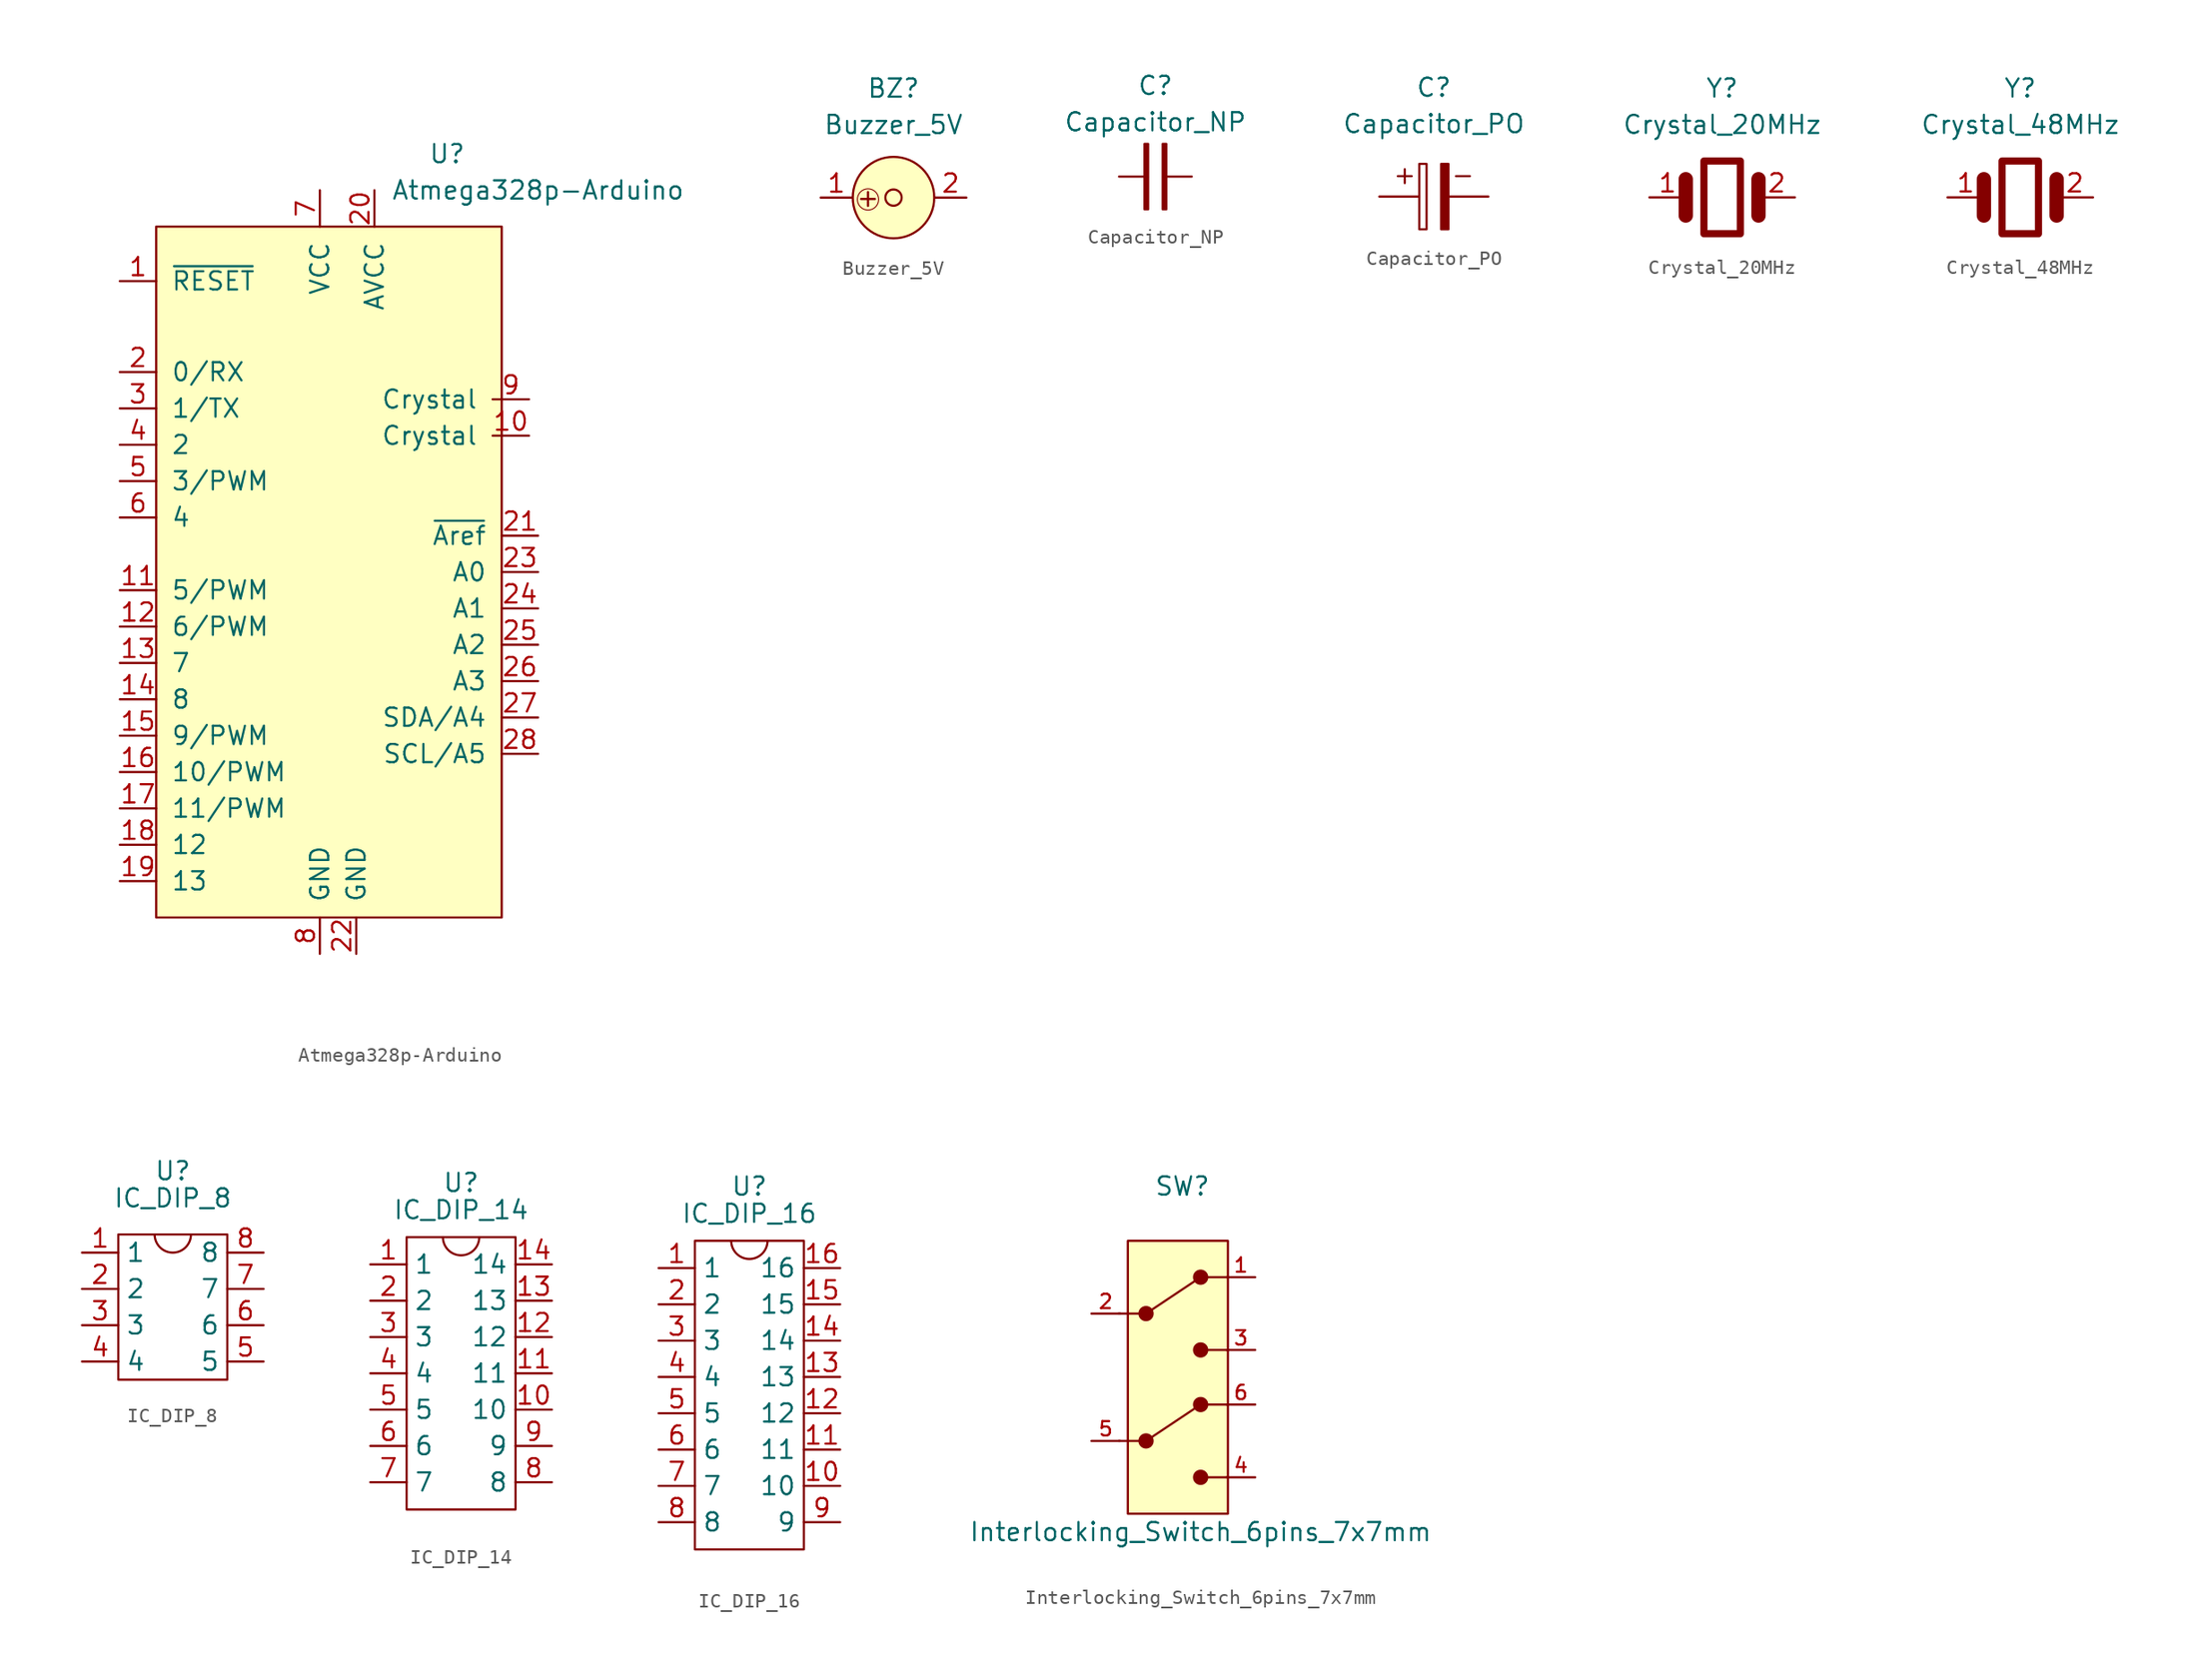
<source format=kicad_sym>
(kicad_symbol_lib
  (version 20211014)
  (generator kicad_symbol_editor)
  (symbol "Atmega328p-Arduino"
    (pin_names
      (offset 1.016))
    (property "Reference" "U"
      (at 7.62 30.48 0)
      (effects (font (size 1.27 1.27))))
    (property "Value" "Atmega328p-Arduino"
      (at 13.97 27.94 0)
      (effects (font (size 1.27 1.27))))
    (symbol "Atmega328p-Arduino_0_1"
      (rectangle (start -12.7 25.4) (end 11.43 -22.86) (stroke (width 0) (type default) (color 0 0 0 0)) (fill (type background))))
    (symbol "Atmega328p-Arduino_1_1"
      (pin bidirectional line (at -15.24 21.59 0) (length 2.54) (name "~{RESET}" (effects (font (size 1.27 1.27)))) (number "1" (effects (font (size 1.27 1.27)))))
      (pin bidirectional line (at 13.335 10.795 180) (length 2.54) (name "Crystal" (effects (font (size 1.27 1.27)))) (number "10" (effects (font (size 1.27 1.27)))))
      (pin bidirectional line (at -15.24 0 0) (length 2.54) (name "5/PWM" (effects (font (size 1.27 1.27)))) (number "11" (effects (font (size 1.27 1.27)))))
      (pin bidirectional line (at -15.24 -2.54 0) (length 2.54) (name "6/PWM" (effects (font (size 1.27 1.27)))) (number "12" (effects (font (size 1.27 1.27)))))
      (pin bidirectional line (at -15.24 -5.08 0) (length 2.54) (name "7" (effects (font (size 1.27 1.27)))) (number "13" (effects (font (size 1.27 1.27)))))
      (pin bidirectional line (at -15.24 -7.62 0) (length 2.54) (name "8" (effects (font (size 1.27 1.27)))) (number "14" (effects (font (size 1.27 1.27)))))
      (pin bidirectional line (at -15.24 -10.16 0) (length 2.54) (name "9/PWM" (effects (font (size 1.27 1.27)))) (number "15" (effects (font (size 1.27 1.27)))))
      (pin bidirectional line (at -15.24 -12.7 0) (length 2.54) (name "10/PWM" (effects (font (size 1.27 1.27)))) (number "16" (effects (font (size 1.27 1.27)))))
      (pin bidirectional line (at -15.24 -15.24 0) (length 2.54) (name "11/PWM" (effects (font (size 1.27 1.27)))) (number "17" (effects (font (size 1.27 1.27)))))
      (pin bidirectional line (at -15.24 -17.78 0) (length 2.54) (name "12" (effects (font (size 1.27 1.27)))) (number "18" (effects (font (size 1.27 1.27)))))
      (pin bidirectional line (at -15.24 -20.32 0) (length 2.54) (name "13" (effects (font (size 1.27 1.27)))) (number "19" (effects (font (size 1.27 1.27)))))
      (pin bidirectional line (at -15.24 15.24 0) (length 2.54) (name "0/RX" (effects (font (size 1.27 1.27)))) (number "2" (effects (font (size 1.27 1.27)))))
      (pin power_in line (at 2.54 27.94 270) (length 2.54) (name "AVCC" (effects (font (size 1.27 1.27)))) (number "20" (effects (font (size 1.27 1.27)))))
      (pin bidirectional line (at 13.97 3.81 180) (length 2.54) (name "~{Aref}" (effects (font (size 1.27 1.27)))) (number "21" (effects (font (size 1.27 1.27)))))
      (pin power_in line (at 1.27 -25.4 90) (length 2.54) (name "GND" (effects (font (size 1.27 1.27)))) (number "22" (effects (font (size 1.27 1.27)))))
      (pin bidirectional line (at 13.97 1.27 180) (length 2.54) (name "A0" (effects (font (size 1.27 1.27)))) (number "23" (effects (font (size 1.27 1.27)))))
      (pin bidirectional line (at 13.97 -1.27 180) (length 2.54) (name "A1" (effects (font (size 1.27 1.27)))) (number "24" (effects (font (size 1.27 1.27)))))
      (pin bidirectional line (at 13.97 -3.81 180) (length 2.54) (name "A2" (effects (font (size 1.27 1.27)))) (number "25" (effects (font (size 1.27 1.27)))))
      (pin bidirectional line (at 13.97 -6.35 180) (length 2.54) (name "A3" (effects (font (size 1.27 1.27)))) (number "26" (effects (font (size 1.27 1.27)))))
      (pin bidirectional line (at 13.97 -8.89 180) (length 2.54) (name "SDA/A4" (effects (font (size 1.27 1.27)))) (number "27" (effects (font (size 1.27 1.27)))))
      (pin bidirectional line (at 13.97 -11.43 180) (length 2.54) (name "SCL/A5" (effects (font (size 1.27 1.27)))) (number "28" (effects (font (size 1.27 1.27)))))
      (pin bidirectional line (at -15.24 12.7 0) (length 2.54) (name "1/TX" (effects (font (size 1.27 1.27)))) (number "3" (effects (font (size 1.27 1.27)))))
      (pin bidirectional line (at -15.24 10.16 0) (length 2.54) (name "2" (effects (font (size 1.27 1.27)))) (number "4" (effects (font (size 1.27 1.27)))))
      (pin bidirectional line (at -15.24 7.62 0) (length 2.54) (name "3/PWM" (effects (font (size 1.27 1.27)))) (number "5" (effects (font (size 1.27 1.27)))))
      (pin bidirectional line (at -15.24 5.08 0) (length 2.54) (name "4" (effects (font (size 1.27 1.27)))) (number "6" (effects (font (size 1.27 1.27)))))
      (pin power_in line (at -1.27 27.94 270) (length 2.54) (name "VCC" (effects (font (size 1.27 1.27)))) (number "7" (effects (font (size 1.27 1.27)))))
      (pin power_in line (at -1.27 -25.4 90) (length 2.54) (name "GND" (effects (font (size 1.27 1.27)))) (number "8" (effects (font (size 1.27 1.27)))))
      (pin bidirectional line (at 13.335 13.335 180) (length 2.54) (name "Crystal" (effects (font (size 1.27 1.27)))) (number "9" (effects (font (size 1.27 1.27)))))))
  (symbol "Buzzer_5V"
    (property "Reference" "BZ"
      (at 0 7.62 0)
      (effects (font (size 1.27 1.27))))
    (property "Value" "Buzzer_5V"
      (at 0 5.08 0)
      (effects (font (size 1.27 1.27))))
    (symbol "Buzzer_5V_0_0"
      (circle (center -1.778 -0.127) (radius 0.741) (stroke (width 0.07) (type default) (color 0 0 0 0)) (fill (type none)))
      (text "+" (at -1.778 0 0) (effects (font (size 1.27 1.27)))))
    (symbol "Buzzer_5V_0_1"
      (circle (center 0 0) (radius 0.568) (stroke (width 0) (type default) (color 0 0 0 0)) (fill (type none)))
      (circle (center 0 0) (radius 2.84) (stroke (width 0) (type default) (color 0 0 0 0)) (fill (type background))))
    (symbol "Buzzer_5V_1_1"
      (pin passive line (at -5.08 0 0) (length 2.2) (name "" (effects (font (size 1.27 1.27)))) (number "1" (effects (font (size 1.27 1.27)))))
      (pin passive line (at 5.08 0 180) (length 2.2) (name "" (effects (font (size 1.27 1.27)))) (number "2" (effects (font (size 1.27 1.27)))))))
  (symbol "Capacitor_NP"
    (property "Reference" "C"
      (at 0 6.35 0)
      (effects (font (size 1.27 1.27))))
    (property "Value" "Capacitor_NP"
      (at 0 3.81 0)
      (effects (font (size 1.27 1.27))))
    (symbol "Capacitor_NP_0_1"
      (rectangle (start -0.762 2.286) (end -0.508 -2.286) (stroke (width 0) (type default) (color 0 0 0 0)) (fill (type outline)))
      (rectangle (start 0.508 2.286) (end 0.762 -2.286) (stroke (width 0) (type default) (color 0 0 0 0)) (fill (type outline))))
    (symbol "Capacitor_NP_1_1"
      (pin passive line (at -2.54 0 0) (length 2) (name "~" (effects (font (size 0 0)))) (number "1" (effects (font (size 0 0)))))
      (pin input line (at 2.54 0 180) (length 2) (name "~" (effects (font (size 0 0)))) (number "2" (effects (font (size 0 0)))))))
  (symbol "Capacitor_PO"
    (property "Reference" "C"
      (at 0 7.62 0)
      (effects (font (size 1.27 1.27))))
    (property "Value" "Capacitor_PO"
      (at 0 5.08 0)
      (effects (font (size 1.27 1.27))))
    (symbol "Capacitor_PO_0_0"
      (text "+" (at -2.032 1.524 0) (effects (font (size 1.27 1.27))))
      (text "-" (at 2.032 1.524 0) (effects (font (size 1.27 1.27)))))
    (symbol "Capacitor_PO_0_1"
      (rectangle (start -1.016 -2.286) (end -0.508 2.286) (stroke (width 0) (type default) (color 0 0 0 0)) (fill (type none)))
      (rectangle (start 0.508 -2.286) (end 1.016 2.286) (stroke (width 0) (type default) (color 0 0 0 0)) (fill (type outline))))
    (symbol "Capacitor_PO_1_1"
      (pin passive line (at -3.81 0 0) (length 2.7) (name "~" (effects (font (size 0 0)))) (number "1" (effects (font (size 0 0)))))
      (pin input line (at 3.81 0 180) (length 2.7) (name "~" (effects (font (size 0 0)))) (number "2" (effects (font (size 0 0)))))))
  (symbol "Crystal_20MHz"
    (property "Reference" "Y"
      (at 0 7.62 0)
      (effects (font (size 1.27 1.27))))
    (property "Value" "Crystal_20MHz"
      (at 0 5.08 0)
      (effects (font (size 1.27 1.27))))
    (symbol "Crystal_20MHz_0_1"
      (rectangle (start -1.27 2.54) (end 1.27 -2.54) (stroke (width 0.5) (type default) (color 0 0 0 0)) (fill (type none)))
      (polyline (pts (xy -2.54 1.27) (xy -2.54 -1.27)) (stroke (width 1) (type default) (color 0 0 0 0)) (fill (type none)))
      (polyline (pts (xy 2.54 1.27) (xy 2.54 -1.27)) (stroke (width 1) (type default) (color 0 0 0 0)) (fill (type none))))
    (symbol "Crystal_20MHz_1_1"
      (pin passive line (at -5.08 0 0) (length 2.54) (name "" (effects (font (size 1.27 1.27)))) (number "1" (effects (font (size 1.27 1.27)))))
      (pin passive line (at 5.08 0 180) (length 2.54) (name "" (effects (font (size 1.27 1.27)))) (number "2" (effects (font (size 1.27 1.27)))))))
  (symbol "Crystal_48MHz"
    (property "Reference" "Y"
      (at 0 7.62 0)
      (effects (font (size 1.27 1.27))))
    (property "Value" "Crystal_48MHz"
      (at 0 5.08 0)
      (effects (font (size 1.27 1.27))))
    (symbol "Crystal_48MHz_0_1"
      (rectangle (start -1.27 2.54) (end 1.27 -2.54) (stroke (width 0.5) (type default) (color 0 0 0 0)) (fill (type none)))
      (polyline (pts (xy -2.54 1.27) (xy -2.54 -1.27)) (stroke (width 1) (type default) (color 0 0 0 0)) (fill (type none)))
      (polyline (pts (xy 2.54 1.27) (xy 2.54 -1.27)) (stroke (width 1) (type default) (color 0 0 0 0)) (fill (type none))))
    (symbol "Crystal_48MHz_1_1"
      (pin passive line (at -5.08 0 0) (length 2.54) (name "" (effects (font (size 1.27 1.27)))) (number "1" (effects (font (size 1.27 1.27)))))
      (pin passive line (at 5.08 0 180) (length 2.54) (name "" (effects (font (size 1.27 1.27)))) (number "2" (effects (font (size 1.27 1.27)))))))
  (symbol "IC_DIP_8"
    (property "Reference" "U"
      (at 0 9.525 0)
      (effects (font (size 1.27 1.27))))
    (property "Value" "IC_DIP_8"
      (at 0 7.62 0)
      (effects (font (size 1.27 1.27))))
    (symbol "IC_DIP_8_0_1"
      (rectangle (start -3.81 5.08) (end 3.81 -5.08) (stroke (width 0) (type default) (color 0 0 0 0)) (fill (type none)))
      (arc (start -1.27 5.0641) (mid 0 3.8099) (end 1.27 5.0641) (stroke (width 0) (type default) (color 0 0 0 0)) (fill (type none))))
    (symbol "IC_DIP_8_1_1"
      (pin bidirectional line (at -6.35 3.81 0) (length 2.54) (name "1" (effects (font (size 1.27 1.27)))) (number "1" (effects (font (size 1.27 1.27)))))
      (pin bidirectional line (at -6.35 1.27 0) (length 2.54) (name "2" (effects (font (size 1.27 1.27)))) (number "2" (effects (font (size 1.27 1.27)))))
      (pin bidirectional line (at -6.35 -1.27 0) (length 2.54) (name "3" (effects (font (size 1.27 1.27)))) (number "3" (effects (font (size 1.27 1.27)))))
      (pin bidirectional line (at -6.35 -3.81 0) (length 2.54) (name "4" (effects (font (size 1.27 1.27)))) (number "4" (effects (font (size 1.27 1.27)))))
      (pin bidirectional line (at 6.35 -3.81 180) (length 2.54) (name "5" (effects (font (size 1.27 1.27)))) (number "5" (effects (font (size 1.27 1.27)))))
      (pin bidirectional line (at 6.35 -1.27 180) (length 2.54) (name "6" (effects (font (size 1.27 1.27)))) (number "6" (effects (font (size 1.27 1.27)))))
      (pin bidirectional line (at 6.35 1.27 180) (length 2.54) (name "7" (effects (font (size 1.27 1.27)))) (number "7" (effects (font (size 1.27 1.27)))))
      (pin bidirectional line (at 6.35 3.81 180) (length 2.54) (name "8" (effects (font (size 1.27 1.27)))) (number "8" (effects (font (size 1.27 1.27)))))))
  (symbol "IC_DIP_14"
    (property "Reference" "U"
      (at 0 13.335 0)
      (effects (font (size 1.27 1.27))))
    (property "Value" "IC_DIP_14"
      (at 0 11.43 0)
      (effects (font (size 1.27 1.27))))
    (symbol "IC_DIP_14_0_1"
      (rectangle (start -3.81 9.525) (end 3.81 -9.525) (stroke (width 0) (type default) (color 0 0 0 0)) (fill (type none)))
      (arc (start -1.27 9.5091) (mid 0 8.2549) (end 1.27 9.5091) (stroke (width 0) (type default) (color 0 0 0 0)) (fill (type none))))
    (symbol "IC_DIP_14_1_1"
      (pin bidirectional line (at -6.35 7.62 0) (length 2.54) (name "1" (effects (font (size 1.27 1.27)))) (number "1" (effects (font (size 1.27 1.27)))))
      (pin bidirectional line (at 6.35 -2.54 180) (length 2.54) (name "10" (effects (font (size 1.27 1.27)))) (number "10" (effects (font (size 1.27 1.27)))))
      (pin bidirectional line (at 6.35 0 180) (length 2.54) (name "11" (effects (font (size 1.27 1.27)))) (number "11" (effects (font (size 1.27 1.27)))))
      (pin bidirectional line (at 6.35 2.54 180) (length 2.54) (name "12" (effects (font (size 1.27 1.27)))) (number "12" (effects (font (size 1.27 1.27)))))
      (pin bidirectional line (at 6.35 5.08 180) (length 2.54) (name "13" (effects (font (size 1.27 1.27)))) (number "13" (effects (font (size 1.27 1.27)))))
      (pin bidirectional line (at 6.35 7.62 180) (length 2.54) (name "14" (effects (font (size 1.27 1.27)))) (number "14" (effects (font (size 1.27 1.27)))))
      (pin bidirectional line (at -6.35 5.08 0) (length 2.54) (name "2" (effects (font (size 1.27 1.27)))) (number "2" (effects (font (size 1.27 1.27)))))
      (pin bidirectional line (at -6.35 2.54 0) (length 2.54) (name "3" (effects (font (size 1.27 1.27)))) (number "3" (effects (font (size 1.27 1.27)))))
      (pin bidirectional line (at -6.35 0 0) (length 2.54) (name "4" (effects (font (size 1.27 1.27)))) (number "4" (effects (font (size 1.27 1.27)))))
      (pin bidirectional line (at -6.35 -2.54 0) (length 2.54) (name "5" (effects (font (size 1.27 1.27)))) (number "5" (effects (font (size 1.27 1.27)))))
      (pin bidirectional line (at -6.35 -5.08 0) (length 2.54) (name "6" (effects (font (size 1.27 1.27)))) (number "6" (effects (font (size 1.27 1.27)))))
      (pin bidirectional line (at -6.35 -7.62 0) (length 2.54) (name "7" (effects (font (size 1.27 1.27)))) (number "7" (effects (font (size 1.27 1.27)))))
      (pin bidirectional line (at 6.35 -7.62 180) (length 2.54) (name "8" (effects (font (size 1.27 1.27)))) (number "8" (effects (font (size 1.27 1.27)))))
      (pin bidirectional line (at 6.35 -5.08 180) (length 2.54) (name "9" (effects (font (size 1.27 1.27)))) (number "9" (effects (font (size 1.27 1.27)))))))
  (symbol "IC_DIP_16"
    (property "Reference" "U"
      (at 0 13.335 0)
      (effects (font (size 1.27 1.27))))
    (property "Value" "IC_DIP_16"
      (at 0 11.43 0)
      (effects (font (size 1.27 1.27))))
    (symbol "IC_DIP_16_0_1"
      (rectangle (start -3.81 9.525) (end 3.81 -12.065) (stroke (width 0) (type default) (color 0 0 0 0)) (fill (type none)))
      (arc (start -1.27 9.5091) (mid 0 8.2549) (end 1.27 9.5091) (stroke (width 0) (type default) (color 0 0 0 0)) (fill (type none))))
    (symbol "IC_DIP_16_1_1"
      (pin bidirectional line (at -6.35 7.62 0) (length 2.54) (name "1" (effects (font (size 1.27 1.27)))) (number "1" (effects (font (size 1.27 1.27)))))
      (pin bidirectional line (at 6.35 -7.62 180) (length 2.54) (name "10" (effects (font (size 1.27 1.27)))) (number "10" (effects (font (size 1.27 1.27)))))
      (pin bidirectional line (at 6.35 -5.08 180) (length 2.54) (name "11" (effects (font (size 1.27 1.27)))) (number "11" (effects (font (size 1.27 1.27)))))
      (pin bidirectional line (at 6.35 -2.54 180) (length 2.54) (name "12" (effects (font (size 1.27 1.27)))) (number "12" (effects (font (size 1.27 1.27)))))
      (pin bidirectional line (at 6.35 0 180) (length 2.54) (name "13" (effects (font (size 1.27 1.27)))) (number "13" (effects (font (size 1.27 1.27)))))
      (pin bidirectional line (at 6.35 2.54 180) (length 2.54) (name "14" (effects (font (size 1.27 1.27)))) (number "14" (effects (font (size 1.27 1.27)))))
      (pin bidirectional line (at 6.35 5.08 180) (length 2.54) (name "15" (effects (font (size 1.27 1.27)))) (number "15" (effects (font (size 1.27 1.27)))))
      (pin bidirectional line (at 6.35 7.62 180) (length 2.54) (name "16" (effects (font (size 1.27 1.27)))) (number "16" (effects (font (size 1.27 1.27)))))
      (pin bidirectional line (at -6.35 5.08 0) (length 2.54) (name "2" (effects (font (size 1.27 1.27)))) (number "2" (effects (font (size 1.27 1.27)))))
      (pin bidirectional line (at -6.35 2.54 0) (length 2.54) (name "3" (effects (font (size 1.27 1.27)))) (number "3" (effects (font (size 1.27 1.27)))))
      (pin bidirectional line (at -6.35 0 0) (length 2.54) (name "4" (effects (font (size 1.27 1.27)))) (number "4" (effects (font (size 1.27 1.27)))))
      (pin bidirectional line (at -6.35 -2.54 0) (length 2.54) (name "5" (effects (font (size 1.27 1.27)))) (number "5" (effects (font (size 1.27 1.27)))))
      (pin bidirectional line (at -6.35 -5.08 0) (length 2.54) (name "6" (effects (font (size 1.27 1.27)))) (number "6" (effects (font (size 1.27 1.27)))))
      (pin bidirectional line (at -6.35 -7.62 0) (length 2.54) (name "7" (effects (font (size 1.27 1.27)))) (number "7" (effects (font (size 1.27 1.27)))))
      (pin bidirectional line (at -6.35 -10.16 0) (length 2.54) (name "8" (effects (font (size 1.27 1.27)))) (number "8" (effects (font (size 1.27 1.27)))))
      (pin bidirectional line (at 6.35 -10.16 180) (length 2.54) (name "9" (effects (font (size 1.27 1.27)))) (number "9" (effects (font (size 1.27 1.27)))))))
  (symbol "Interlocking_Switch_6pins_7x7mm"
    (property "Reference" "SW"
      (at 0 13.97 0)
      (effects (font (size 1.27 1.27))))
    (property "Value" "Interlocking_Switch_6pins_7x7mm"
      (at 1.27 -10.16 0)
      (effects (font (size 1.27 1.27))))
    (symbol "Interlocking_Switch_6pins_7x7mm_0_1"
      (rectangle (start -3.81 10.16) (end 3.175 -8.89) (stroke (width 0) (type default) (color 0 0 0 0)) (fill (type background)))
      (circle (center -2.54 -3.81) (radius 0.458) (stroke (width 0) (type default) (color 0 0 0 0)) (fill (type outline)))
      (circle (center -2.54 5.08) (radius 0.458) (stroke (width 0) (type default) (color 0 0 0 0)) (fill (type outline)))
      (polyline (pts (xy -4.445 -3.81) (xy -3.048 -3.81)) (stroke (width 0) (type default) (color 0 0 0 0)) (fill (type none)))
      (polyline (pts (xy -4.445 5.08) (xy -3.048 5.08)) (stroke (width 0) (type default) (color 0 0 0 0)) (fill (type none)))
      (polyline (pts (xy -2.54 -3.81) (xy 1.27 -1.27)) (stroke (width 0) (type default) (color 0 0 0 0)) (fill (type none)))
      (polyline (pts (xy -2.54 5.08) (xy 1.27 7.62)) (stroke (width 0) (type default) (color 0 0 0 0)) (fill (type none)))
      (polyline (pts (xy 1.778 -6.35) (xy 3.175 -6.35)) (stroke (width 0) (type default) (color 0 0 0 0)) (fill (type none)))
      (polyline (pts (xy 1.778 -1.27) (xy 3.175 -1.27)) (stroke (width 0) (type default) (color 0 0 0 0)) (fill (type none)))
      (polyline (pts (xy 1.778 2.54) (xy 3.175 2.54)) (stroke (width 0) (type default) (color 0 0 0 0)) (fill (type none)))
      (polyline (pts (xy 1.778 7.62) (xy 3.175 7.62)) (stroke (width 0) (type default) (color 0 0 0 0)) (fill (type none)))
      (circle (center 1.27 -6.35) (radius 0.458) (stroke (width 0) (type default) (color 0 0 0 0)) (fill (type outline)))
      (circle (center 1.27 -1.27) (radius 0.458) (stroke (width 0) (type default) (color 0 0 0 0)) (fill (type outline)))
      (circle (center 1.27 2.54) (radius 0.458) (stroke (width 0) (type default) (color 0 0 0 0)) (fill (type outline)))
      (circle (center 1.27 7.62) (radius 0.458) (stroke (width 0) (type default) (color 0 0 0 0)) (fill (type outline))))
    (symbol "Interlocking_Switch_6pins_7x7mm_1_1"
      (pin passive line (at 5.08 7.62 180) (length 2) (name "" (effects (font (size 1.27 1.27)))) (number "1" (effects (font (size 1 1)))))
      (pin passive line (at -6.35 5.08 0) (length 2) (name "" (effects (font (size 1.27 1.27)))) (number "2" (effects (font (size 1 1)))))
      (pin passive line (at 5.08 2.54 180) (length 2) (name "" (effects (font (size 1.27 1.27)))) (number "3" (effects (font (size 1 1)))))
      (pin passive line (at 5.08 -6.35 180) (length 2) (name "" (effects (font (size 1.27 1.27)))) (number "4" (effects (font (size 1 1)))))
      (pin passive line (at -6.35 -3.81 0) (length 2) (name "" (effects (font (size 1.27 1.27)))) (number "5" (effects (font (size 1 1)))))
      (pin passive line (at 5.08 -1.27 180) (length 2) (name "" (effects (font (size 1.27 1.27)))) (number "6" (effects (font (size 1 1))))))))
</source>
